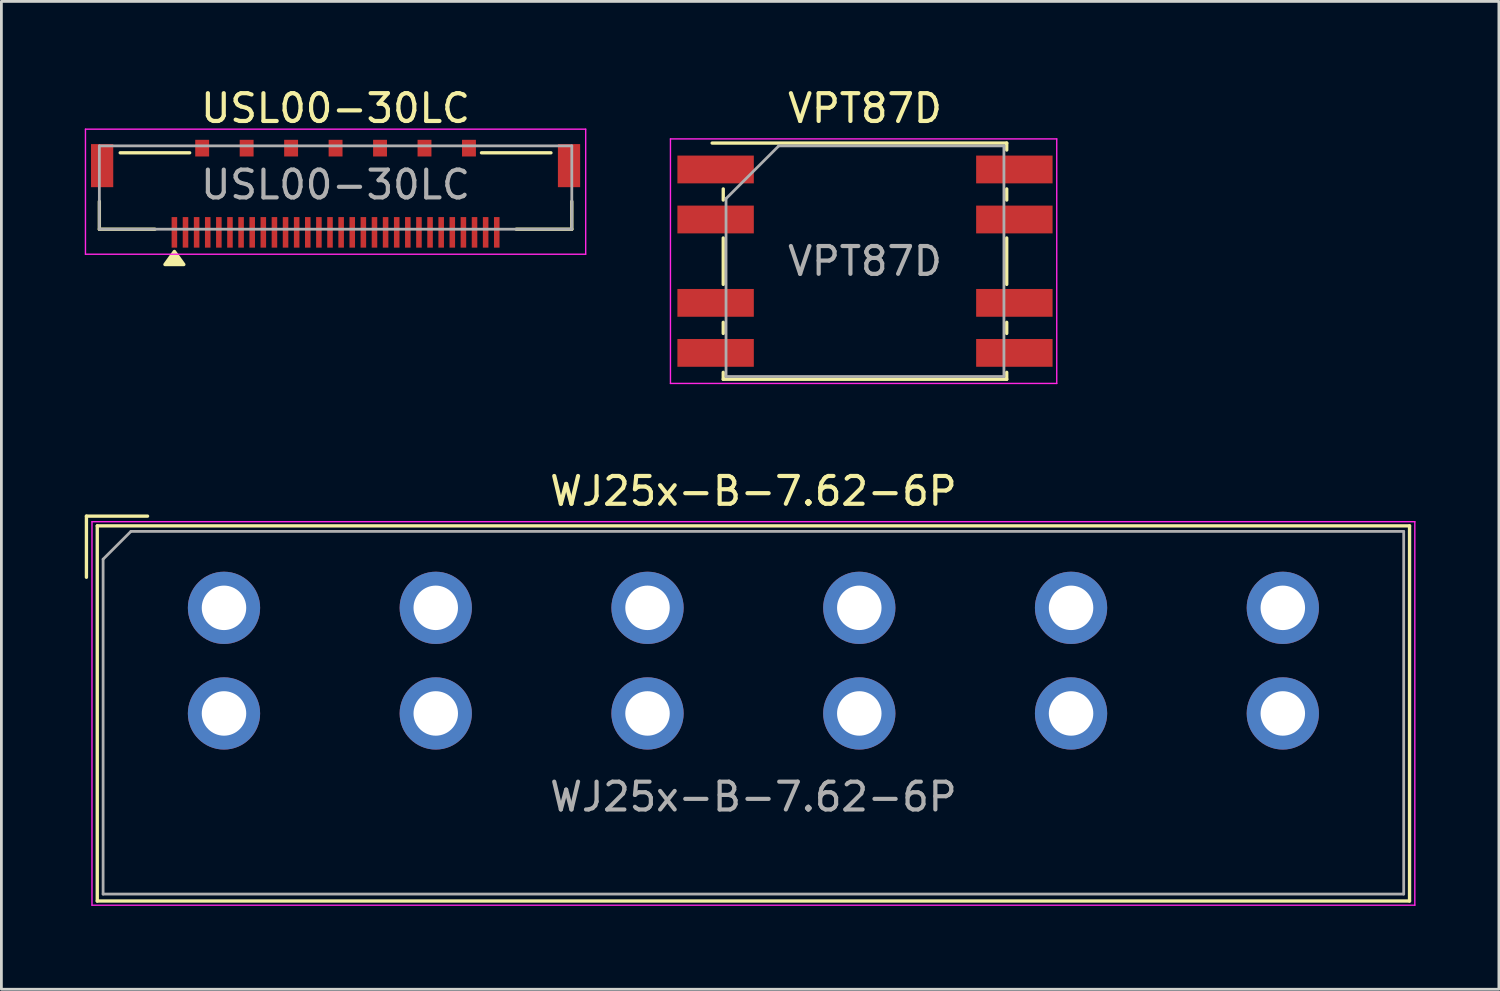
<source format=kicad_pcb>
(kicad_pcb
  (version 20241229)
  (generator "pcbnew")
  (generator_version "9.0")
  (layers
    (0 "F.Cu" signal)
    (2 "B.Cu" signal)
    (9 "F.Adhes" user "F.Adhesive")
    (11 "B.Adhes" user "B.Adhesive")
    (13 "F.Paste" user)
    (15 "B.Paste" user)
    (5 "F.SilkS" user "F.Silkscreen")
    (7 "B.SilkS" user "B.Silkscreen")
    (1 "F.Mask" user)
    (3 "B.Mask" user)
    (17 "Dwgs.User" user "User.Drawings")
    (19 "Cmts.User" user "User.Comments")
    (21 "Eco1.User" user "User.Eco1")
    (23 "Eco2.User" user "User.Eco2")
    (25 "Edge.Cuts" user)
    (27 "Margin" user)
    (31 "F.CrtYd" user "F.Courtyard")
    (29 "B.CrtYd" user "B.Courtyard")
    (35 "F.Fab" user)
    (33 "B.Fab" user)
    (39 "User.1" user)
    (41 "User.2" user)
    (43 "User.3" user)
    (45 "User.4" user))
  (footprint "USL00-30LC"
    (layer "F.Cu")
    (at 9.025 3.598)
    (property "Reference" "USL00-30LC" (at 0 -2.75 0) (layer "F.SilkS") (effects (font (size 1 1) (thickness 0.15))))
    (attr smd)
    (fp_line (start -8.5 1.6) (end -8.5 0.6) (stroke (width 0.12) (type solid)) (layer "F.SilkS"))
    (fp_line (start -8.5 1.6) (end -6.5 1.6) (stroke (width 0.12) (type solid)) (layer "F.SilkS"))
    (fp_line (start -7.75 -1.15) (end -5.25 -1.15) (stroke (width 0.12) (type solid)) (layer "F.SilkS"))
    (fp_line (start 5.25 -1.15) (end 7.75 -1.15) (stroke (width 0.12) (type solid)) (layer "F.SilkS"))
    (fp_line (start 6.5 1.6) (end 8.5 1.6) (stroke (width 0.12) (type solid)) (layer "F.SilkS"))
    (fp_line (start 8.5 1.6) (end 8.5 0.6) (stroke (width 0.12) (type solid)) (layer "F.SilkS"))
    (fp_poly (pts (xy -5.8 2.4) (xy -5.46 2.87) (xy -6.14 2.87)) (stroke (width 0.12) (type solid)) (fill yes) (layer "F.SilkS"))
    (fp_line (start -9 -2) (end 9 -2) (stroke (width 0.05) (type solid)) (layer "F.CrtYd"))
    (fp_line (start -9 2.5) (end -9 -2) (stroke (width 0.05) (type solid)) (layer "F.CrtYd"))
    (fp_line (start 9 2.5) (end -9 2.5) (stroke (width 0.05) (type solid)) (layer "F.CrtYd"))
    (fp_line (start 9 2.5) (end 9 -2) (stroke (width 0.05) (type solid)) (layer "F.CrtYd"))
    (fp_line (start -8.5 -1.4) (end 8.5 -1.4) (stroke (width 0.1) (type solid)) (layer "F.Fab"))
    (fp_line (start -8.5 1.6) (end -8.5 -1.4) (stroke (width 0.1) (type solid)) (layer "F.Fab"))
    (fp_line (start 8.5 -1.4) (end 8.5 1.6) (stroke (width 0.1) (type solid)) (layer "F.Fab"))
    (fp_line (start 8.5 1.6) (end -8.5 1.6) (stroke (width 0.1) (type solid)) (layer "F.Fab"))
    (fp_text user "${REFERENCE}" (at 0 0 0) (layer "F.Fab") (effects (font (size 1 1) (thickness 0.15))))
    (pad "1" smd rect (at -5.8 1.713) (size 0.2 1.1) (layers "F.Cu" "F.Mask" "F.Paste"))
    (pad "2" smd rect (at -5.4 1.713) (size 0.2 1.1) (layers "F.Cu" "F.Mask" "F.Paste"))
    (pad "3" smd rect (at -5 1.713) (size 0.2 1.1) (layers "F.Cu" "F.Mask" "F.Paste"))
    (pad "4" smd rect (at -4.6 1.713) (size 0.2 1.1) (layers "F.Cu" "F.Mask" "F.Paste"))
    (pad "5" smd rect (at -4.2 1.713) (size 0.2 1.1) (layers "F.Cu" "F.Mask" "F.Paste"))
    (pad "6" smd rect (at -3.8 1.713) (size 0.2 1.1) (layers "F.Cu" "F.Mask" "F.Paste"))
    (pad "7" smd rect (at -3.4 1.713) (size 0.2 1.1) (layers "F.Cu" "F.Mask" "F.Paste"))
    (pad "8" smd rect (at -3 1.713) (size 0.2 1.1) (layers "F.Cu" "F.Mask" "F.Paste"))
    (pad "9" smd rect (at -2.6 1.713) (size 0.2 1.1) (layers "F.Cu" "F.Mask" "F.Paste"))
    (pad "10" smd rect (at -2.2 1.713) (size 0.2 1.1) (layers "F.Cu" "F.Mask" "F.Paste"))
    (pad "11" smd rect (at -1.8 1.713) (size 0.2 1.1) (layers "F.Cu" "F.Mask" "F.Paste"))
    (pad "12" smd rect (at -1.4 1.713) (size 0.2 1.1) (layers "F.Cu" "F.Mask" "F.Paste"))
    (pad "13" smd rect (at -1 1.713) (size 0.2 1.1) (layers "F.Cu" "F.Mask" "F.Paste"))
    (pad "14" smd rect (at -0.6 1.713) (size 0.2 1.1) (layers "F.Cu" "F.Mask" "F.Paste"))
    (pad "15" smd rect (at -0.2 1.713) (size 0.2 1.1) (layers "F.Cu" "F.Mask" "F.Paste"))
    (pad "16" smd rect (at 0.2 1.713) (size 0.2 1.1) (layers "F.Cu" "F.Mask" "F.Paste"))
    (pad "17" smd rect (at 0.6 1.713) (size 0.2 1.1) (layers "F.Cu" "F.Mask" "F.Paste"))
    (pad "18" smd rect (at 1 1.713) (size 0.2 1.1) (layers "F.Cu" "F.Mask" "F.Paste"))
    (pad "19" smd rect (at 1.4 1.713) (size 0.2 1.1) (layers "F.Cu" "F.Mask" "F.Paste"))
    (pad "20" smd rect (at 1.8 1.713) (size 0.2 1.1) (layers "F.Cu" "F.Mask" "F.Paste"))
    (pad "21" smd rect (at 2.2 1.713) (size 0.2 1.1) (layers "F.Cu" "F.Mask" "F.Paste"))
    (pad "22" smd rect (at 2.6 1.713) (size 0.2 1.1) (layers "F.Cu" "F.Mask" "F.Paste"))
    (pad "23" smd rect (at 3 1.713) (size 0.2 1.1) (layers "F.Cu" "F.Mask" "F.Paste"))
    (pad "24" smd rect (at 3.4 1.713) (size 0.2 1.1) (layers "F.Cu" "F.Mask" "F.Paste"))
    (pad "25" smd rect (at 3.8 1.713) (size 0.2 1.1) (layers "F.Cu" "F.Mask" "F.Paste"))
    (pad "26" smd rect (at 4.2 1.713) (size 0.2 1.1) (layers "F.Cu" "F.Mask" "F.Paste"))
    (pad "27" smd rect (at 4.6 1.713) (size 0.2 1.1) (layers "F.Cu" "F.Mask" "F.Paste"))
    (pad "28" smd rect (at 5 1.713) (size 0.2 1.1) (layers "F.Cu" "F.Mask" "F.Paste"))
    (pad "29" smd rect (at 5.4 1.713) (size 0.2 1.1) (layers "F.Cu" "F.Mask" "F.Paste"))
    (pad "30" smd rect (at 5.8 1.713) (size 0.2 1.1) (layers "F.Cu" "F.Mask" "F.Paste"))
    (pad "MP" smd rect (at -8.4 -0.688) (size 0.8 1.55) (layers "F.Cu" "F.Mask" "F.Paste"))
    (pad "MP" smd rect (at -4.8 -1.317) (size 0.5 0.6) (layers "F.Cu" "F.Mask" "F.Paste"))
    (pad "MP" smd rect (at -3.2 -1.317) (size 0.5 0.6) (layers "F.Cu" "F.Mask" "F.Paste"))
    (pad "MP" smd rect (at -1.6 -1.317) (size 0.5 0.6) (layers "F.Cu" "F.Mask" "F.Paste"))
    (pad "MP" smd rect (at 0 -1.317) (size 0.5 0.6) (layers "F.Cu" "F.Mask" "F.Paste"))
    (pad "MP" smd rect (at 1.6 -1.317) (size 0.5 0.6) (layers "F.Cu" "F.Mask" "F.Paste"))
    (pad "MP" smd rect (at 3.2 -1.317) (size 0.5 0.6) (layers "F.Cu" "F.Mask" "F.Paste"))
    (pad "MP" smd rect (at 4.8 -1.317) (size 0.5 0.6) (layers "F.Cu" "F.Mask" "F.Paste"))
    (pad "MP" smd rect (at 8.4 -0.688) (size 0.8 1.55) (layers "F.Cu" "F.Mask" "F.Paste")))
  (footprint "WJ25x-B-7.62-6P"
    (layer "F.Cu")
    (at 24.06 22.622)
    (property "Reference" "WJ25x-B-7.62-6P" (at 0 -8 0) (layer "F.SilkS") (effects (font (size 1 1) (thickness 0.15))))
    (attr through_hole)
    (fp_line (start -24 -4.9) (end -24 -7.1) (stroke (width 0.12) (type default)) (layer "F.SilkS"))
    (fp_line (start -23.61 -6.75) (end 23.61 -6.75) (stroke (width 0.12) (type default)) (layer "F.SilkS"))
    (fp_line (start -23.61 6.75) (end -23.61 -6.75) (stroke (width 0.12) (type default)) (layer "F.SilkS"))
    (fp_line (start -21.8 -7.1) (end -24 -7.1) (stroke (width 0.12) (type default)) (layer "F.SilkS"))
    (fp_line (start 23.61 -6.75) (end 23.61 6.75) (stroke (width 0.12) (type default)) (layer "F.SilkS"))
    (fp_line (start 23.61 6.75) (end -23.61 6.75) (stroke (width 0.12) (type default)) (layer "F.SilkS"))
    (fp_line (start -23.8 6.9) (end -23.8 -6.9) (stroke (width 0.05) (type default)) (layer "F.CrtYd"))
    (fp_line (start -23.8 6.9) (end 23.8 6.9) (stroke (width 0.05) (type default)) (layer "F.CrtYd"))
    (fp_line (start 23.8 -6.9) (end -23.8 -6.9) (stroke (width 0.05) (type default)) (layer "F.CrtYd"))
    (fp_line (start 23.8 -6.9) (end 23.8 6.9) (stroke (width 0.05) (type default)) (layer "F.CrtYd"))
    (fp_line (start -23.4 -5.55) (end -23.4 6.5) (stroke (width 0.1) (type solid)) (layer "F.Fab"))
    (fp_line (start -23.4 -5.55) (end -22.4 -6.55) (stroke (width 0.1) (type solid)) (layer "F.Fab"))
    (fp_line (start -22.4 -6.55) (end 23.4 -6.55) (stroke (width 0.1) (type solid)) (layer "F.Fab"))
    (fp_line (start 23.4 6.5) (end -23.4 6.5) (stroke (width 0.1) (type solid)) (layer "F.Fab"))
    (fp_line (start 23.4 6.5) (end 23.4 -6.55) (stroke (width 0.1) (type solid)) (layer "F.Fab"))
    (fp_text user "${REFERENCE}" (at 0 3 0) (layer "F.Fab") (effects (font (size 1 1) (thickness 0.15))))
    (pad "1" thru_hole circle (at -19.05 -3.8) (size 2.6 2.6) (drill 1.6) (layers "*.Cu" "*.Mask"))
    (pad "1" thru_hole circle (at -19.05 0) (size 2.6 2.6) (drill 1.6) (layers "*.Cu" "*.Mask"))
    (pad "2" thru_hole circle (at -11.43 -3.8) (size 2.6 2.6) (drill 1.6) (layers "*.Cu" "*.Mask"))
    (pad "2" thru_hole circle (at -11.43 0) (size 2.6 2.6) (drill 1.6) (layers "*.Cu" "*.Mask"))
    (pad "3" thru_hole circle (at -3.81 -3.8) (size 2.6 2.6) (drill 1.6) (layers "*.Cu" "*.Mask"))
    (pad "3" thru_hole circle (at -3.81 0) (size 2.6 2.6) (drill 1.6) (layers "*.Cu" "*.Mask"))
    (pad "4" thru_hole circle (at 3.81 -3.8) (size 2.6 2.6) (drill 1.6) (layers "*.Cu" "*.Mask"))
    (pad "4" thru_hole circle (at 3.81 0) (size 2.6 2.6) (drill 1.6) (layers "*.Cu" "*.Mask"))
    (pad "5" thru_hole circle (at 11.43 -3.8) (size 2.6 2.6) (drill 1.6) (layers "*.Cu" "*.Mask"))
    (pad "5" thru_hole circle (at 11.43 0) (size 2.6 2.6) (drill 1.6) (layers "*.Cu" "*.Mask"))
    (pad "6" thru_hole circle (at 19.05 -3.8) (size 2.6 2.6) (drill 1.6) (layers "*.Cu" "*.Mask"))
    (pad "6" thru_hole circle (at 19.05 0) (size 2.6 2.6) (drill 1.6) (layers "*.Cu" "*.Mask")))
  (footprint "VPT87D"
    (layer "F.Cu")
    (at 28.075 6.348)
    (property "Reference" "VPT87D" (at 0 -5.5 0) (layer "F.SilkS") (effects (font (size 1 1) (thickness 0.15))))
    (attr smd)
    (fp_line (start -5.5 -4.25) (end 5.1 -4.25) (stroke (width 0.12) (type solid)) (layer "F.SilkS"))
    (fp_line (start -5.1 -2.2) (end -5.1 -2.6) (stroke (width 0.12) (type solid)) (layer "F.SilkS"))
    (fp_line (start -5.1 -0.835) (end -5.1 0.835) (stroke (width 0.12) (type solid)) (layer "F.SilkS"))
    (fp_line (start -5.1 2.6) (end -5.1 2.2) (stroke (width 0.12) (type solid)) (layer "F.SilkS"))
    (fp_line (start -5.1 4.25) (end -5.1 4) (stroke (width 0.12) (type solid)) (layer "F.SilkS"))
    (fp_line (start -5.1 4.25) (end 5.1 4.25) (stroke (width 0.12) (type solid)) (layer "F.SilkS"))
    (fp_line (start 5.1 -4.25) (end 5.1 -4) (stroke (width 0.12) (type solid)) (layer "F.SilkS"))
    (fp_line (start 5.1 -2.6) (end 5.1 -2.2) (stroke (width 0.12) (type solid)) (layer "F.SilkS"))
    (fp_line (start 5.1 0.835) (end 5.1 -0.835) (stroke (width 0.12) (type solid)) (layer "F.SilkS"))
    (fp_line (start 5.1 2.2) (end 5.1 2.6) (stroke (width 0.12) (type solid)) (layer "F.SilkS"))
    (fp_line (start 5.1 4.25) (end 5.1 4) (stroke (width 0.12) (type solid)) (layer "F.SilkS"))
    (fp_line (start -7 -4.4) (end 6.9 -4.4) (stroke (width 0.05) (type solid)) (layer "F.CrtYd"))
    (fp_line (start -7 4.4) (end -7 -4.4) (stroke (width 0.05) (type solid)) (layer "F.CrtYd"))
    (fp_line (start 6.9 -4.4) (end 6.9 4.4) (stroke (width 0.05) (type solid)) (layer "F.CrtYd"))
    (fp_line (start 6.9 4.4) (end -7 4.4) (stroke (width 0.05) (type solid)) (layer "F.CrtYd"))
    (fp_line (start -5 4.15) (end -5 -2.25) (stroke (width 0.1) (type default)) (layer "F.Fab"))
    (fp_line (start -3.1 -4.15) (end -5 -2.25) (stroke (width 0.1) (type default)) (layer "F.Fab"))
    (fp_line (start -3.1 -4.15) (end 5 -4.15) (stroke (width 0.1) (type solid)) (layer "F.Fab"))
    (fp_line (start 5 -4.15) (end 5 4.15) (stroke (width 0.1) (type default)) (layer "F.Fab"))
    (fp_line (start 5 4.15) (end -5 4.15) (stroke (width 0.1) (type solid)) (layer "F.Fab"))
    (fp_text user "${REFERENCE}" (at 0 0 0) (layer "F.Fab") (effects (font (size 1 1) (thickness 0.15))))
    (pad "1" smd rect (at -5.375 -3.3 180) (size 2.75 1) (layers "F.Cu" "F.Mask" "F.Paste"))
    (pad "2" smd rect (at -5.375 -1.5 180) (size 2.75 1) (layers "F.Cu" "F.Mask" "F.Paste"))
    (pad "3" smd rect (at -5.375 1.5) (size 2.75 1) (layers "F.Cu" "F.Mask" "F.Paste"))
    (pad "4" smd rect (at -5.375 3.3) (size 2.75 1) (layers "F.Cu" "F.Mask" "F.Paste"))
    (pad "5" smd rect (at 5.375 3.3) (size 2.75 1) (layers "F.Cu" "F.Mask" "F.Paste"))
    (pad "6" smd rect (at 5.375 1.5) (size 2.75 1) (layers "F.Cu" "F.Mask" "F.Paste"))
    (pad "7" smd rect (at 5.375 -1.5 180) (size 2.75 1) (layers "F.Cu" "F.Mask" "F.Paste"))
    (pad "8" smd rect (at 5.375 -3.3 180) (size 2.75 1) (layers "F.Cu" "F.Mask" "F.Paste")))
  (gr_rect
    (start -3 -3)
    (end 50.885 32.547)
    (stroke (width 0.1) (type default))
    (fill no)
    (layer "Edge.Cuts")))
</source>
